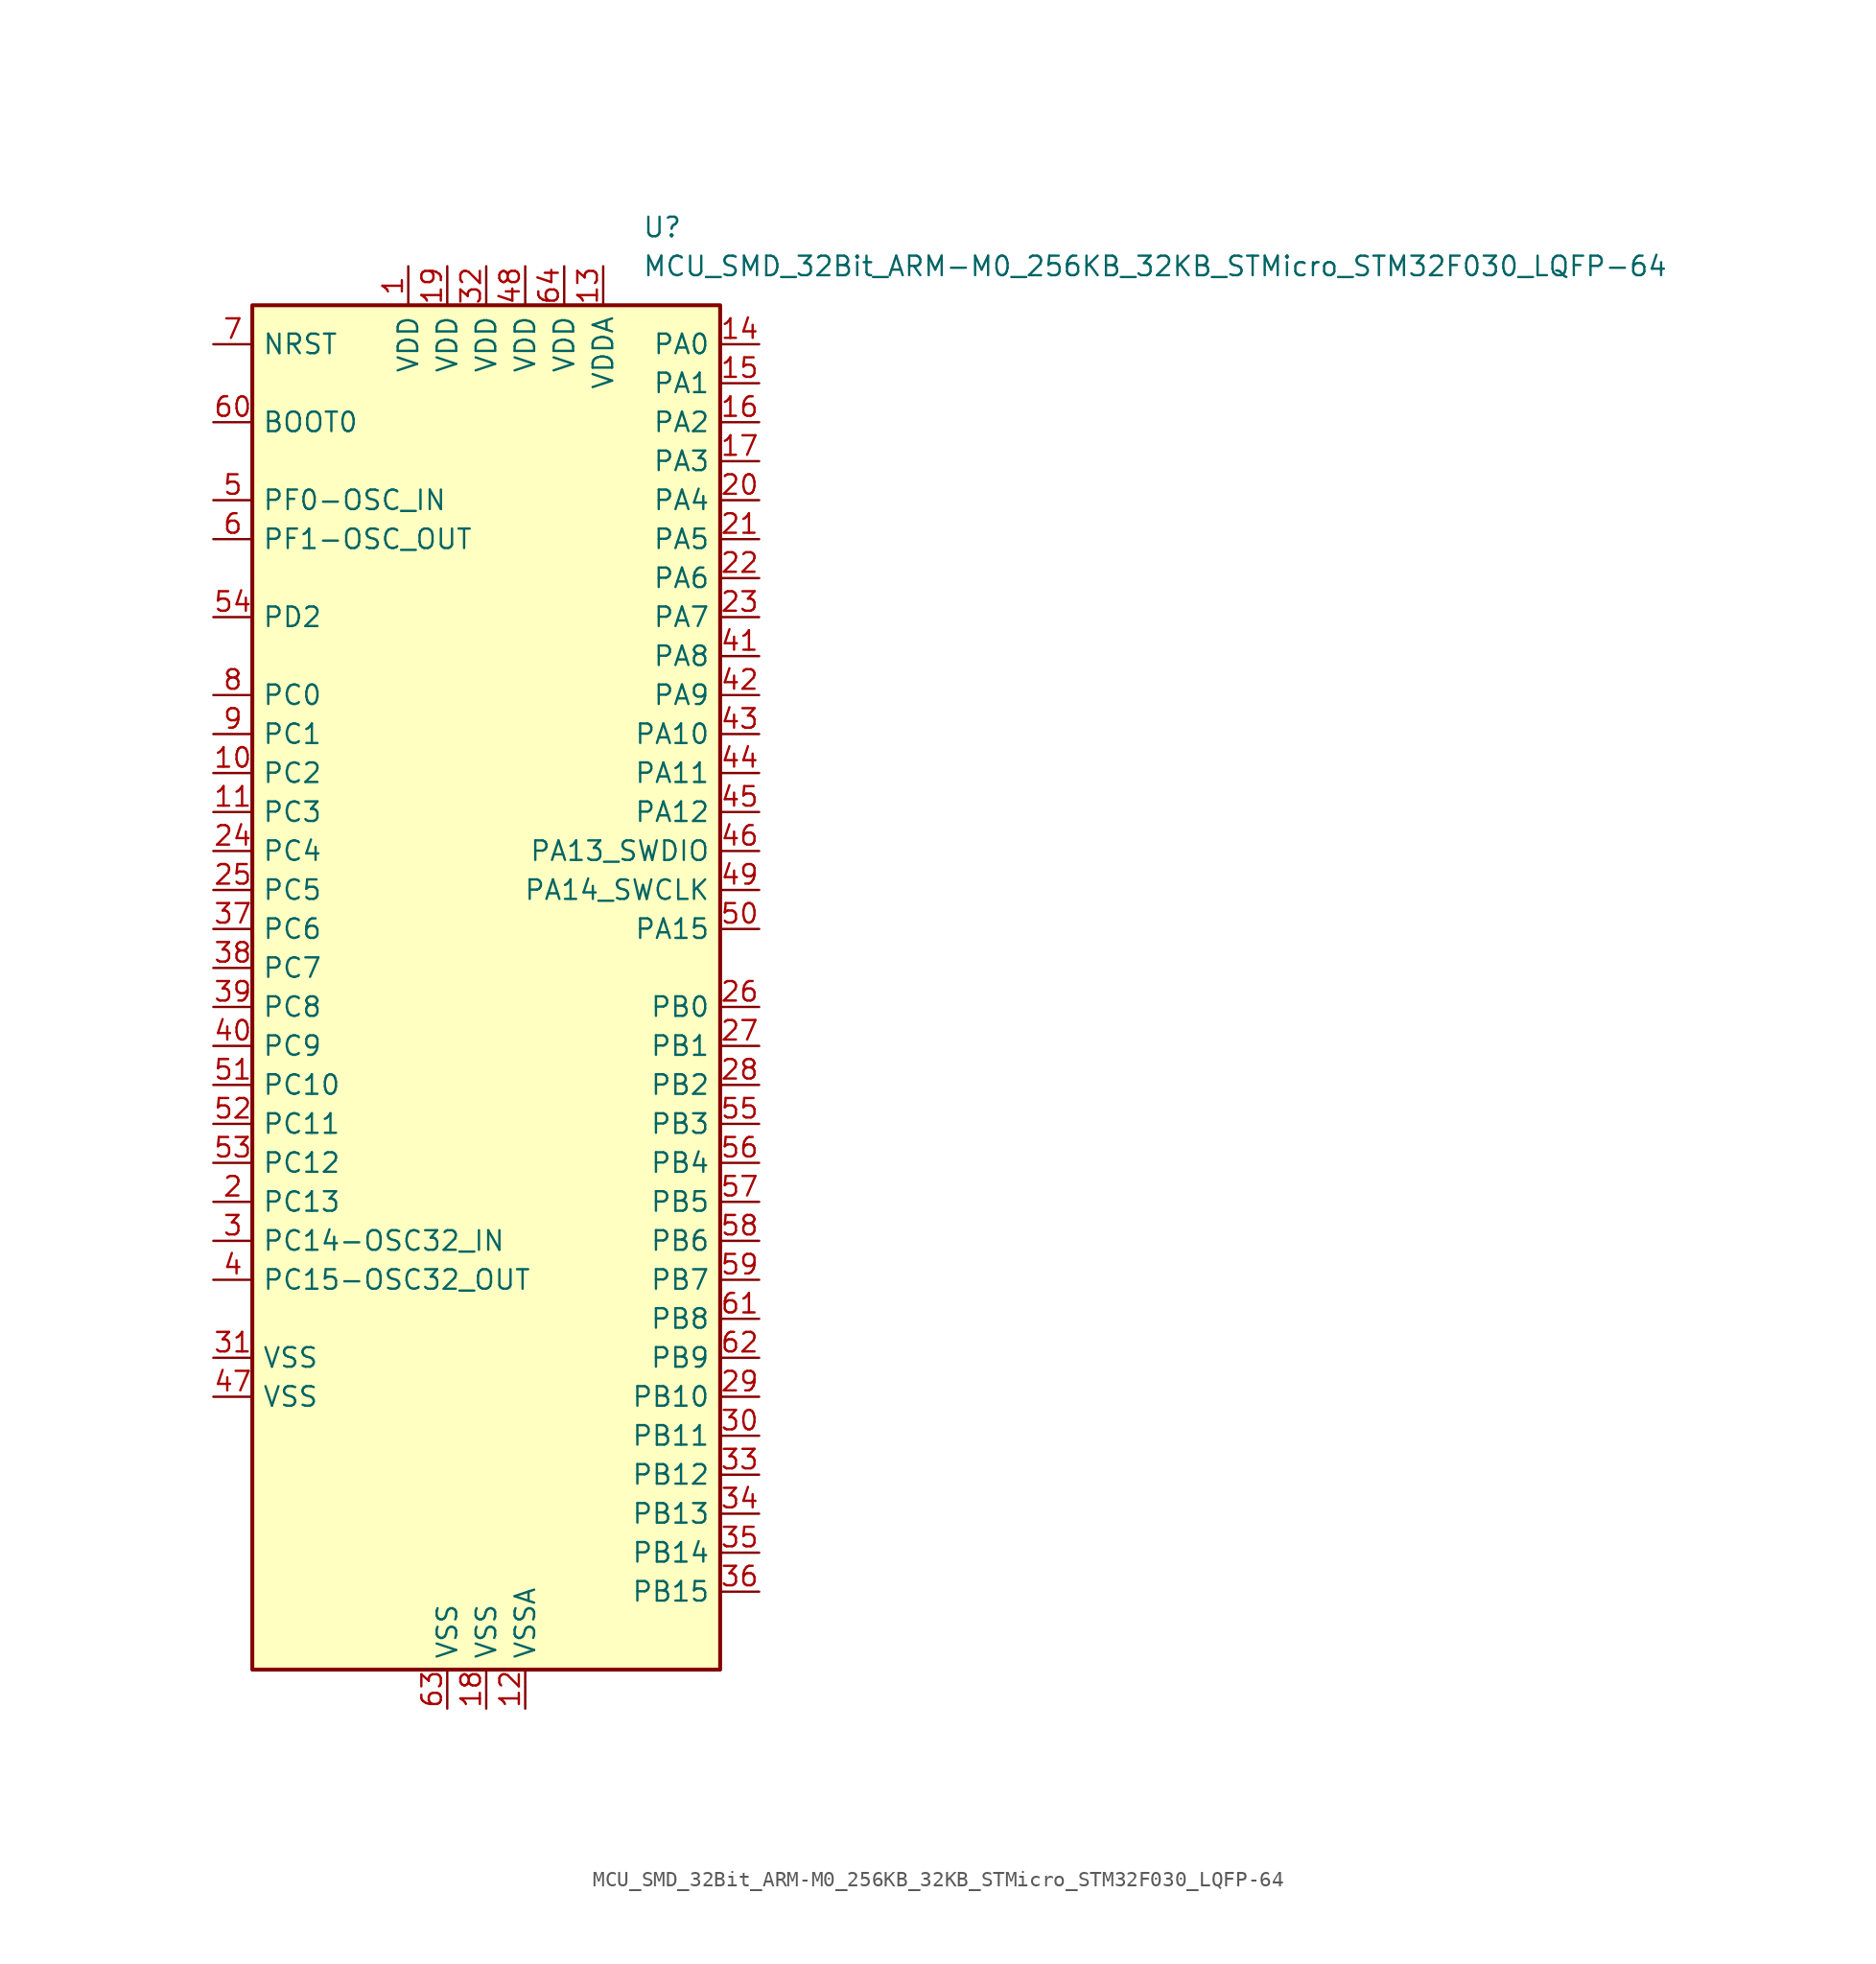
<source format=kicad_sym>
(kicad_symbol_lib
  (version 20241209)
  (generator "kicad_symbol_editor")
  (generator_version "9.0")
  (symbol "MCU_SMD_32Bit_ARM-M0_256KB_32KB_STMicro_STM32F030_LQFP-64"
    (pin_names
      (offset 0.635))
    (property "Reference" "U"
      (at 10.16 49.53 0)
      (effects (font (size 1.27 1.27)) (justify left)))
    (property "Value" "MCU_SMD_32Bit_ARM-M0_256KB_32KB_STMicro_STM32F030_LQFP-64"
      (at 10.16 46.99 0)
      (effects (font (size 1.27 1.27)) (justify left)))
    (symbol "MCU_SMD_32Bit_ARM-M0_256KB_32KB_STMicro_STM32F030_LQFP-64_0_1"
      (rectangle (start -15.24 -44.45) (end 15.24 44.45) (stroke (width 0.254) (type default)) (fill (type background))))
    (symbol "MCU_SMD_32Bit_ARM-M0_256KB_32KB_STMicro_STM32F030_LQFP-64_1_1"
      (pin input line (at -17.78 41.91 0) (length 2.54) (name "NRST" (effects (font (size 1.27 1.27)))) (number "7" (effects (font (size 1.27 1.27)))))
      (pin input line (at -17.78 36.83 0) (length 2.54) (name "BOOT0" (effects (font (size 1.27 1.27)))) (number "60" (effects (font (size 1.27 1.27)))))
      (pin bidirectional line (at -17.78 31.75 0) (length 2.54) (name "PF0-OSC_IN" (effects (font (size 1.27 1.27)))) (number "5" (effects (font (size 1.27 1.27)))) (alternate "I2C1_SDA" bidirectional line) (alternate "RCC_OSC_IN" bidirectional line))
      (pin bidirectional line (at -17.78 29.21 0) (length 2.54) (name "PF1-OSC_OUT" (effects (font (size 1.27 1.27)))) (number "6" (effects (font (size 1.27 1.27)))) (alternate "I2C1_SCL" bidirectional line) (alternate "RCC_OSC_OUT" bidirectional line))
      (pin bidirectional line (at -17.78 24.13 0) (length 2.54) (name "PD2" (effects (font (size 1.27 1.27)))) (number "54" (effects (font (size 1.27 1.27)))) (alternate "TIM3_ETR" bidirectional line) (alternate "USART3_DE" bidirectional line) (alternate "USART3_RTS" bidirectional line) (alternate "USART5_RX" bidirectional line))
      (pin bidirectional line (at -17.78 19.05 0) (length 2.54) (name "PC0" (effects (font (size 1.27 1.27)))) (number "8" (effects (font (size 1.27 1.27)))) (alternate "ADC_IN10" bidirectional line) (alternate "USART6_TX" bidirectional line))
      (pin bidirectional line (at -17.78 16.51 0) (length 2.54) (name "PC1" (effects (font (size 1.27 1.27)))) (number "9" (effects (font (size 1.27 1.27)))) (alternate "ADC_IN11" bidirectional line) (alternate "USART6_RX" bidirectional line))
      (pin bidirectional line (at -17.78 13.97 0) (length 2.54) (name "PC2" (effects (font (size 1.27 1.27)))) (number "10" (effects (font (size 1.27 1.27)))) (alternate "ADC_IN12" bidirectional line) (alternate "SPI2_MISO" bidirectional line))
      (pin bidirectional line (at -17.78 11.43 0) (length 2.54) (name "PC3" (effects (font (size 1.27 1.27)))) (number "11" (effects (font (size 1.27 1.27)))) (alternate "ADC_IN13" bidirectional line) (alternate "SPI2_MOSI" bidirectional line))
      (pin bidirectional line (at -17.78 8.89 0) (length 2.54) (name "PC4" (effects (font (size 1.27 1.27)))) (number "24" (effects (font (size 1.27 1.27)))) (alternate "ADC_IN14" bidirectional line) (alternate "USART3_TX" bidirectional line))
      (pin bidirectional line (at -17.78 6.35 0) (length 2.54) (name "PC5" (effects (font (size 1.27 1.27)))) (number "25" (effects (font (size 1.27 1.27)))) (alternate "ADC_IN15" bidirectional line) (alternate "USART3_RX" bidirectional line))
      (pin bidirectional line (at -17.78 3.81 0) (length 2.54) (name "PC6" (effects (font (size 1.27 1.27)))) (number "37" (effects (font (size 1.27 1.27)))) (alternate "TIM3_CH1" bidirectional line))
      (pin bidirectional line (at -17.78 1.27 0) (length 2.54) (name "PC7" (effects (font (size 1.27 1.27)))) (number "38" (effects (font (size 1.27 1.27)))) (alternate "TIM3_CH2" bidirectional line))
      (pin bidirectional line (at -17.78 -1.27 0) (length 2.54) (name "PC8" (effects (font (size 1.27 1.27)))) (number "39" (effects (font (size 1.27 1.27)))) (alternate "TIM3_CH3" bidirectional line))
      (pin bidirectional line (at -17.78 -3.81 0) (length 2.54) (name "PC9" (effects (font (size 1.27 1.27)))) (number "40" (effects (font (size 1.27 1.27)))) (alternate "TIM3_CH4" bidirectional line))
      (pin bidirectional line (at -17.78 -6.35 0) (length 2.54) (name "PC10" (effects (font (size 1.27 1.27)))) (number "51" (effects (font (size 1.27 1.27)))) (alternate "USART3_TX" bidirectional line) (alternate "USART4_TX" bidirectional line))
      (pin bidirectional line (at -17.78 -8.89 0) (length 2.54) (name "PC11" (effects (font (size 1.27 1.27)))) (number "52" (effects (font (size 1.27 1.27)))) (alternate "USART3_RX" bidirectional line) (alternate "USART4_RX" bidirectional line))
      (pin bidirectional line (at -17.78 -11.43 0) (length 2.54) (name "PC12" (effects (font (size 1.27 1.27)))) (number "53" (effects (font (size 1.27 1.27)))) (alternate "USART3_CK" bidirectional line) (alternate "USART4_CK" bidirectional line) (alternate "USART5_TX" bidirectional line))
      (pin bidirectional line (at -17.78 -13.97 0) (length 2.54) (name "PC13" (effects (font (size 1.27 1.27)))) (number "2" (effects (font (size 1.27 1.27)))) (alternate "RTC_OUT_ALARM" bidirectional line) (alternate "RTC_OUT_CALIB" bidirectional line) (alternate "RTC_TAMP1" bidirectional line) (alternate "RTC_TS" bidirectional line) (alternate "SYS_WKUP2" bidirectional line))
      (pin bidirectional line (at -17.78 -16.51 0) (length 2.54) (name "PC14-OSC32_IN" (effects (font (size 1.27 1.27)))) (number "3" (effects (font (size 1.27 1.27)))) (alternate "RCC_OSC32_IN" bidirectional line))
      (pin bidirectional line (at -17.78 -19.05 0) (length 2.54) (name "PC15-OSC32_OUT" (effects (font (size 1.27 1.27)))) (number "4" (effects (font (size 1.27 1.27)))) (alternate "RCC_OSC32_OUT" bidirectional line))
      (pin passive line (at -17.78 -24.13 0) (length 2.54) (name "VSS" (effects (font (size 1.27 1.27)))) (number "31" (effects (font (size 1.27 1.27)))))
      (pin passive line (at -17.78 -26.67 0) (length 2.54) (name "VSS" (effects (font (size 1.27 1.27)))) (number "47" (effects (font (size 1.27 1.27)))))
      (pin power_in line (at -5.08 46.99 270) (length 2.54) (name "VDD" (effects (font (size 1.27 1.27)))) (number "1" (effects (font (size 1.27 1.27)))))
      (pin power_in line (at -2.54 46.99 270) (length 2.54) (name "VDD" (effects (font (size 1.27 1.27)))) (number "19" (effects (font (size 1.27 1.27)))))
      (pin passive line (at -2.54 -46.99 90) (length 2.54) (name "VSS" (effects (font (size 1.27 1.27)))) (number "63" (effects (font (size 1.27 1.27)))))
      (pin power_in line (at 0 46.99 270) (length 2.54) (name "VDD" (effects (font (size 1.27 1.27)))) (number "32" (effects (font (size 1.27 1.27)))))
      (pin power_in line (at 0 -46.99 90) (length 2.54) (name "VSS" (effects (font (size 1.27 1.27)))) (number "18" (effects (font (size 1.27 1.27)))))
      (pin power_in line (at 2.54 46.99 270) (length 2.54) (name "VDD" (effects (font (size 1.27 1.27)))) (number "48" (effects (font (size 1.27 1.27)))))
      (pin power_in line (at 2.54 -46.99 90) (length 2.54) (name "VSSA" (effects (font (size 1.27 1.27)))) (number "12" (effects (font (size 1.27 1.27)))))
      (pin power_in line (at 5.08 46.99 270) (length 2.54) (name "VDD" (effects (font (size 1.27 1.27)))) (number "64" (effects (font (size 1.27 1.27)))))
      (pin power_in line (at 7.62 46.99 270) (length 2.54) (name "VDDA" (effects (font (size 1.27 1.27)))) (number "13" (effects (font (size 1.27 1.27)))))
      (pin bidirectional line (at 17.78 41.91 180) (length 2.54) (name "PA0" (effects (font (size 1.27 1.27)))) (number "14" (effects (font (size 1.27 1.27)))) (alternate "ADC_IN0" bidirectional line) (alternate "RTC_TAMP2" bidirectional line) (alternate "SYS_WKUP1" bidirectional line) (alternate "USART2_CTS" bidirectional line) (alternate "USART4_TX" bidirectional line))
      (pin bidirectional line (at 17.78 39.37 180) (length 2.54) (name "PA1" (effects (font (size 1.27 1.27)))) (number "15" (effects (font (size 1.27 1.27)))) (alternate "ADC_IN1" bidirectional line) (alternate "TIM15_CH1N" bidirectional line) (alternate "USART2_DE" bidirectional line) (alternate "USART2_RTS" bidirectional line) (alternate "USART4_RX" bidirectional line))
      (pin bidirectional line (at 17.78 36.83 180) (length 2.54) (name "PA2" (effects (font (size 1.27 1.27)))) (number "16" (effects (font (size 1.27 1.27)))) (alternate "ADC_IN2" bidirectional line) (alternate "TIM15_CH1" bidirectional line) (alternate "USART2_TX" bidirectional line))
      (pin bidirectional line (at 17.78 34.29 180) (length 2.54) (name "PA3" (effects (font (size 1.27 1.27)))) (number "17" (effects (font (size 1.27 1.27)))) (alternate "ADC_IN3" bidirectional line) (alternate "TIM15_CH2" bidirectional line) (alternate "USART2_RX" bidirectional line))
      (pin bidirectional line (at 17.78 31.75 180) (length 2.54) (name "PA4" (effects (font (size 1.27 1.27)))) (number "20" (effects (font (size 1.27 1.27)))) (alternate "ADC_IN4" bidirectional line) (alternate "SPI1_NSS" bidirectional line) (alternate "TIM14_CH1" bidirectional line) (alternate "USART2_CK" bidirectional line) (alternate "USART6_TX" bidirectional line))
      (pin bidirectional line (at 17.78 29.21 180) (length 2.54) (name "PA5" (effects (font (size 1.27 1.27)))) (number "21" (effects (font (size 1.27 1.27)))) (alternate "ADC_IN5" bidirectional line) (alternate "SPI1_SCK" bidirectional line) (alternate "USART6_RX" bidirectional line))
      (pin bidirectional line (at 17.78 26.67 180) (length 2.54) (name "PA6" (effects (font (size 1.27 1.27)))) (number "22" (effects (font (size 1.27 1.27)))) (alternate "ADC_IN6" bidirectional line) (alternate "SPI1_MISO" bidirectional line) (alternate "TIM16_CH1" bidirectional line) (alternate "TIM1_BKIN" bidirectional line) (alternate "TIM3_CH1" bidirectional line) (alternate "USART3_CTS" bidirectional line))
      (pin bidirectional line (at 17.78 24.13 180) (length 2.54) (name "PA7" (effects (font (size 1.27 1.27)))) (number "23" (effects (font (size 1.27 1.27)))) (alternate "ADC_IN7" bidirectional line) (alternate "SPI1_MOSI" bidirectional line) (alternate "TIM14_CH1" bidirectional line) (alternate "TIM17_CH1" bidirectional line) (alternate "TIM1_CH1N" bidirectional line) (alternate "TIM3_CH2" bidirectional line))
      (pin bidirectional line (at 17.78 21.59 180) (length 2.54) (name "PA8" (effects (font (size 1.27 1.27)))) (number "41" (effects (font (size 1.27 1.27)))) (alternate "RCC_MCO" bidirectional line) (alternate "TIM1_CH1" bidirectional line) (alternate "USART1_CK" bidirectional line))
      (pin bidirectional line (at 17.78 19.05 180) (length 2.54) (name "PA9" (effects (font (size 1.27 1.27)))) (number "42" (effects (font (size 1.27 1.27)))) (alternate "I2C1_SCL" bidirectional line) (alternate "RCC_MCO" bidirectional line) (alternate "TIM15_BKIN" bidirectional line) (alternate "TIM1_CH2" bidirectional line) (alternate "USART1_TX" bidirectional line))
      (pin bidirectional line (at 17.78 16.51 180) (length 2.54) (name "PA10" (effects (font (size 1.27 1.27)))) (number "43" (effects (font (size 1.27 1.27)))) (alternate "I2C1_SDA" bidirectional line) (alternate "TIM17_BKIN" bidirectional line) (alternate "TIM1_CH3" bidirectional line) (alternate "USART1_RX" bidirectional line))
      (pin bidirectional line (at 17.78 13.97 180) (length 2.54) (name "PA11" (effects (font (size 1.27 1.27)))) (number "44" (effects (font (size 1.27 1.27)))) (alternate "I2C2_SCL" bidirectional line) (alternate "TIM1_CH4" bidirectional line) (alternate "USART1_CTS" bidirectional line))
      (pin bidirectional line (at 17.78 11.43 180) (length 2.54) (name "PA12" (effects (font (size 1.27 1.27)))) (number "45" (effects (font (size 1.27 1.27)))) (alternate "I2C2_SDA" bidirectional line) (alternate "TIM1_ETR" bidirectional line) (alternate "USART1_DE" bidirectional line) (alternate "USART1_RTS" bidirectional line))
      (pin bidirectional line (at 17.78 8.89 180) (length 2.54) (name "PA13_SWDIO" (effects (font (size 1.27 1.27)))) (number "46" (effects (font (size 1.27 1.27)))) (alternate "IR_OUT" bidirectional line) (alternate "SYS_SWDIO" bidirectional line))
      (pin bidirectional line (at 17.78 6.35 180) (length 2.54) (name "PA14_SWCLK" (effects (font (size 1.27 1.27)))) (number "49" (effects (font (size 1.27 1.27)))) (alternate "SYS_SWCLK" bidirectional line) (alternate "USART2_TX" bidirectional line))
      (pin bidirectional line (at 17.78 3.81 180) (length 2.54) (name "PA15" (effects (font (size 1.27 1.27)))) (number "50" (effects (font (size 1.27 1.27)))) (alternate "SPI1_NSS" bidirectional line) (alternate "USART2_RX" bidirectional line) (alternate "USART4_DE" bidirectional line) (alternate "USART4_RTS" bidirectional line))
      (pin bidirectional line (at 17.78 -1.27 180) (length 2.54) (name "PB0" (effects (font (size 1.27 1.27)))) (number "26" (effects (font (size 1.27 1.27)))) (alternate "ADC_IN8" bidirectional line) (alternate "TIM1_CH2N" bidirectional line) (alternate "TIM3_CH3" bidirectional line) (alternate "USART3_CK" bidirectional line))
      (pin bidirectional line (at 17.78 -3.81 180) (length 2.54) (name "PB1" (effects (font (size 1.27 1.27)))) (number "27" (effects (font (size 1.27 1.27)))) (alternate "ADC_IN9" bidirectional line) (alternate "TIM14_CH1" bidirectional line) (alternate "TIM1_CH3N" bidirectional line) (alternate "TIM3_CH4" bidirectional line) (alternate "USART3_DE" bidirectional line) (alternate "USART3_RTS" bidirectional line))
      (pin bidirectional line (at 17.78 -6.35 180) (length 2.54) (name "PB2" (effects (font (size 1.27 1.27)))) (number "28" (effects (font (size 1.27 1.27)))))
      (pin bidirectional line (at 17.78 -8.89 180) (length 2.54) (name "PB3" (effects (font (size 1.27 1.27)))) (number "55" (effects (font (size 1.27 1.27)))) (alternate "SPI1_SCK" bidirectional line) (alternate "USART5_TX" bidirectional line))
      (pin bidirectional line (at 17.78 -11.43 180) (length 2.54) (name "PB4" (effects (font (size 1.27 1.27)))) (number "56" (effects (font (size 1.27 1.27)))) (alternate "SPI1_MISO" bidirectional line) (alternate "TIM17_BKIN" bidirectional line) (alternate "TIM3_CH1" bidirectional line) (alternate "USART5_RX" bidirectional line))
      (pin bidirectional line (at 17.78 -13.97 180) (length 2.54) (name "PB5" (effects (font (size 1.27 1.27)))) (number "57" (effects (font (size 1.27 1.27)))) (alternate "I2C1_SMBA" bidirectional line) (alternate "SPI1_MOSI" bidirectional line) (alternate "TIM16_BKIN" bidirectional line) (alternate "TIM3_CH2" bidirectional line) (alternate "USART5_CK" bidirectional line) (alternate "USART5_DE" bidirectional line) (alternate "USART5_RTS" bidirectional line))
      (pin bidirectional line (at 17.78 -16.51 180) (length 2.54) (name "PB6" (effects (font (size 1.27 1.27)))) (number "58" (effects (font (size 1.27 1.27)))) (alternate "I2C1_SCL" bidirectional line) (alternate "TIM16_CH1N" bidirectional line) (alternate "USART1_TX" bidirectional line))
      (pin bidirectional line (at 17.78 -19.05 180) (length 2.54) (name "PB7" (effects (font (size 1.27 1.27)))) (number "59" (effects (font (size 1.27 1.27)))) (alternate "I2C1_SDA" bidirectional line) (alternate "TIM17_CH1N" bidirectional line) (alternate "USART1_RX" bidirectional line) (alternate "USART4_CTS" bidirectional line))
      (pin bidirectional line (at 17.78 -21.59 180) (length 2.54) (name "PB8" (effects (font (size 1.27 1.27)))) (number "61" (effects (font (size 1.27 1.27)))) (alternate "I2C1_SCL" bidirectional line) (alternate "TIM16_CH1" bidirectional line))
      (pin bidirectional line (at 17.78 -24.13 180) (length 2.54) (name "PB9" (effects (font (size 1.27 1.27)))) (number "62" (effects (font (size 1.27 1.27)))) (alternate "I2C1_SDA" bidirectional line) (alternate "IR_OUT" bidirectional line) (alternate "SPI2_NSS" bidirectional line) (alternate "TIM17_CH1" bidirectional line))
      (pin bidirectional line (at 17.78 -26.67 180) (length 2.54) (name "PB10" (effects (font (size 1.27 1.27)))) (number "29" (effects (font (size 1.27 1.27)))) (alternate "I2C2_SCL" bidirectional line) (alternate "SPI2_SCK" bidirectional line) (alternate "USART3_TX" bidirectional line))
      (pin bidirectional line (at 17.78 -29.21 180) (length 2.54) (name "PB11" (effects (font (size 1.27 1.27)))) (number "30" (effects (font (size 1.27 1.27)))) (alternate "I2C2_SDA" bidirectional line) (alternate "USART3_RX" bidirectional line))
      (pin bidirectional line (at 17.78 -31.75 180) (length 2.54) (name "PB12" (effects (font (size 1.27 1.27)))) (number "33" (effects (font (size 1.27 1.27)))) (alternate "SPI2_NSS" bidirectional line) (alternate "TIM15_BKIN" bidirectional line) (alternate "TIM1_BKIN" bidirectional line) (alternate "USART3_CK" bidirectional line))
      (pin bidirectional line (at 17.78 -34.29 180) (length 2.54) (name "PB13" (effects (font (size 1.27 1.27)))) (number "34" (effects (font (size 1.27 1.27)))) (alternate "I2C2_SCL" bidirectional line) (alternate "SPI2_SCK" bidirectional line) (alternate "TIM1_CH1N" bidirectional line) (alternate "USART3_CTS" bidirectional line))
      (pin bidirectional line (at 17.78 -36.83 180) (length 2.54) (name "PB14" (effects (font (size 1.27 1.27)))) (number "35" (effects (font (size 1.27 1.27)))) (alternate "I2C2_SDA" bidirectional line) (alternate "SPI2_MISO" bidirectional line) (alternate "TIM15_CH1" bidirectional line) (alternate "TIM1_CH2N" bidirectional line) (alternate "USART3_DE" bidirectional line) (alternate "USART3_RTS" bidirectional line))
      (pin bidirectional line (at 17.78 -39.37 180) (length 2.54) (name "PB15" (effects (font (size 1.27 1.27)))) (number "36" (effects (font (size 1.27 1.27)))) (alternate "RTC_REFIN" bidirectional line) (alternate "SPI2_MOSI" bidirectional line) (alternate "TIM15_CH1N" bidirectional line) (alternate "TIM15_CH2" bidirectional line) (alternate "TIM1_CH3N" bidirectional line)))))
</source>
